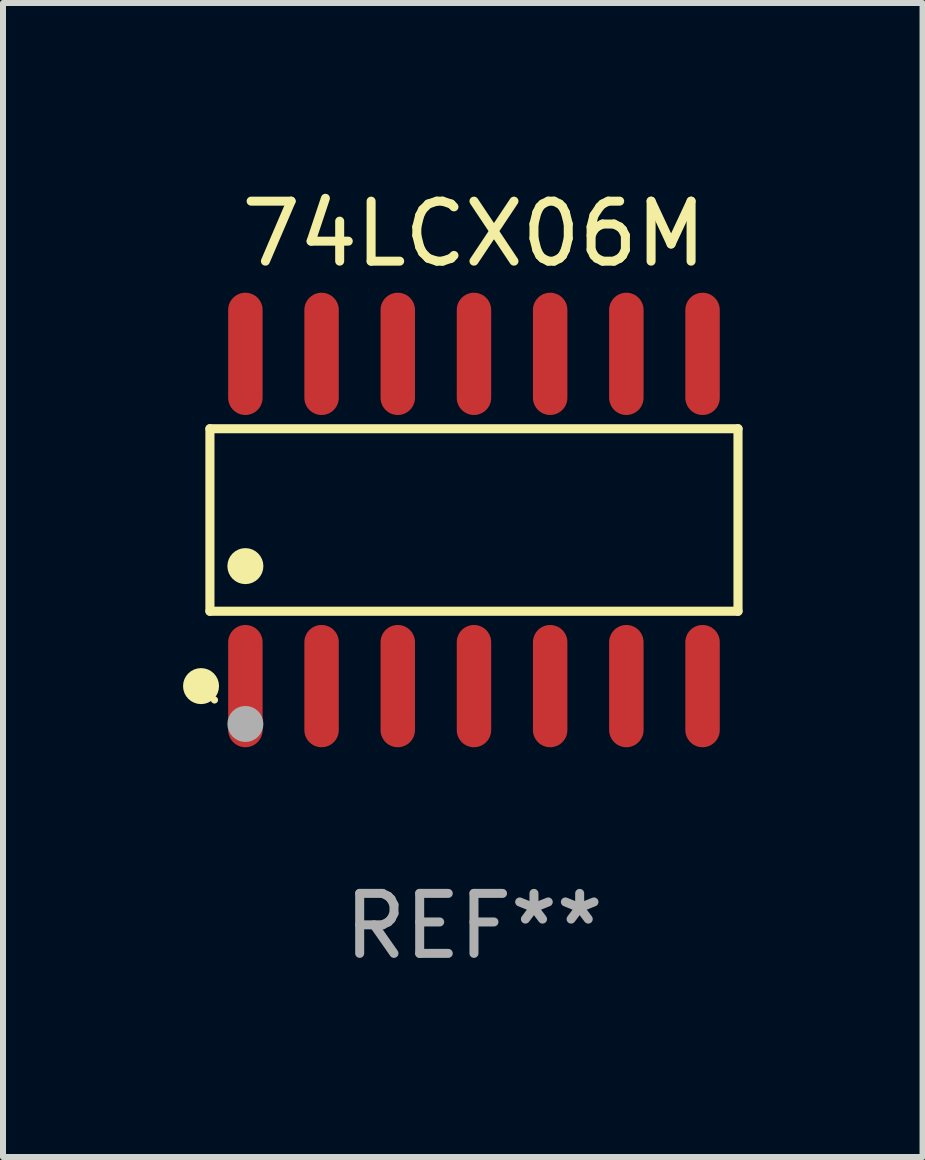
<source format=kicad_pcb>
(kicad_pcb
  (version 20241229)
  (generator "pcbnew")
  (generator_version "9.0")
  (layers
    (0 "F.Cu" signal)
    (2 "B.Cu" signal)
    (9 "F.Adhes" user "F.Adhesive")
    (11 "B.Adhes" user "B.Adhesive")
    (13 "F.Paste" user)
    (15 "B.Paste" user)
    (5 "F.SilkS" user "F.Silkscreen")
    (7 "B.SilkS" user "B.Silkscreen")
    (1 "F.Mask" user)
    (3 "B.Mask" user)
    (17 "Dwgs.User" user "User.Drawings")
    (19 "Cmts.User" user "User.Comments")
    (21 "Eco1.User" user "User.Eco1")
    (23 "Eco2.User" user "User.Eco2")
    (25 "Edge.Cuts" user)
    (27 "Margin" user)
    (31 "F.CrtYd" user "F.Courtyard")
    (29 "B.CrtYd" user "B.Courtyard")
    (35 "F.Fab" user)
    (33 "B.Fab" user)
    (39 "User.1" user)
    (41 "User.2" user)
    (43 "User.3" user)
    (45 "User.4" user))
  (footprint "74LCX06M"
    (layer "F.Cu")
    (at 4.85 5.617)
    (property "Reference" "74LCX06M" (at 0 -4.769 0) (layer "F.SilkS") (effects (font (size 1 1) (thickness 0.15))))
    (attr through_hole)
    (fp_line (start -4.401 -1.521) (end 4.401 -1.521) (stroke (width 0.152) (type solid)) (layer "F.SilkS"))
    (fp_line (start -4.401 1.521) (end -4.401 -1.521) (stroke (width 0.152) (type solid)) (layer "F.SilkS"))
    (fp_line (start 4.401 -1.521) (end 4.401 1.521) (stroke (width 0.152) (type solid)) (layer "F.SilkS"))
    (fp_line (start 4.401 1.521) (end -4.401 1.521) (stroke (width 0.152) (type solid)) (layer "F.SilkS"))
    (fp_circle (center -4.549 2.769) (end -4.399 2.769) (stroke (width 0.3) (type solid)) (fill no) (layer "F.SilkS"))
    (fp_circle (center -4.325 3) (end -4.295 3) (stroke (width 0.06) (type solid)) (fill no) (layer "F.SilkS"))
    (fp_circle (center -3.81 0.769) (end -3.66 0.769) (stroke (width 0.3) (type solid)) (fill no) (layer "F.SilkS"))
    (fp_circle (center -3.81 3.4) (end -3.66 3.4) (stroke (width 0.3) (type solid)) (fill no) (layer "F.Fab"))
    (fp_text user "REF**" (at 0 6.769 0) (layer "F.Fab") (effects (font (size 1 1) (thickness 0.15))))
    (pad "1" smd oval (at -3.81 2.769) (size 0.574 2.038) (layers "F.Cu" "F.Mask" "F.Paste"))
    (pad "2" smd oval (at -2.54 2.769) (size 0.574 2.038) (layers "F.Cu" "F.Mask" "F.Paste"))
    (pad "3" smd oval (at -1.27 2.769) (size 0.574 2.038) (layers "F.Cu" "F.Mask" "F.Paste"))
    (pad "4" smd oval (at 0 2.769) (size 0.574 2.038) (layers "F.Cu" "F.Mask" "F.Paste"))
    (pad "5" smd oval (at 1.27 2.769) (size 0.574 2.038) (layers "F.Cu" "F.Mask" "F.Paste"))
    (pad "6" smd oval (at 2.54 2.769) (size 0.574 2.038) (layers "F.Cu" "F.Mask" "F.Paste"))
    (pad "7" smd oval (at 3.81 2.769) (size 0.574 2.038) (layers "F.Cu" "F.Mask" "F.Paste"))
    (pad "8" smd oval (at 3.81 -2.769) (size 0.574 2.038) (layers "F.Cu" "F.Mask" "F.Paste"))
    (pad "9" smd oval (at 2.54 -2.769) (size 0.574 2.038) (layers "F.Cu" "F.Mask" "F.Paste"))
    (pad "10" smd oval (at 1.27 -2.769) (size 0.574 2.038) (layers "F.Cu" "F.Mask" "F.Paste"))
    (pad "11" smd oval (at 0 -2.769) (size 0.574 2.038) (layers "F.Cu" "F.Mask" "F.Paste"))
    (pad "12" smd oval (at -1.27 -2.769) (size 0.574 2.038) (layers "F.Cu" "F.Mask" "F.Paste"))
    (pad "13" smd oval (at -2.54 -2.769) (size 0.574 2.038) (layers "F.Cu" "F.Mask" "F.Paste"))
    (pad "14" smd oval (at -3.81 -2.769) (size 0.574 2.038) (layers "F.Cu" "F.Mask" "F.Paste")))
  (gr_rect
    (start -3 -3)
    (end 12.327 16.235)
    (stroke (width 0.1) (type default))
    (fill no)
    (layer "Edge.Cuts")))
</source>
